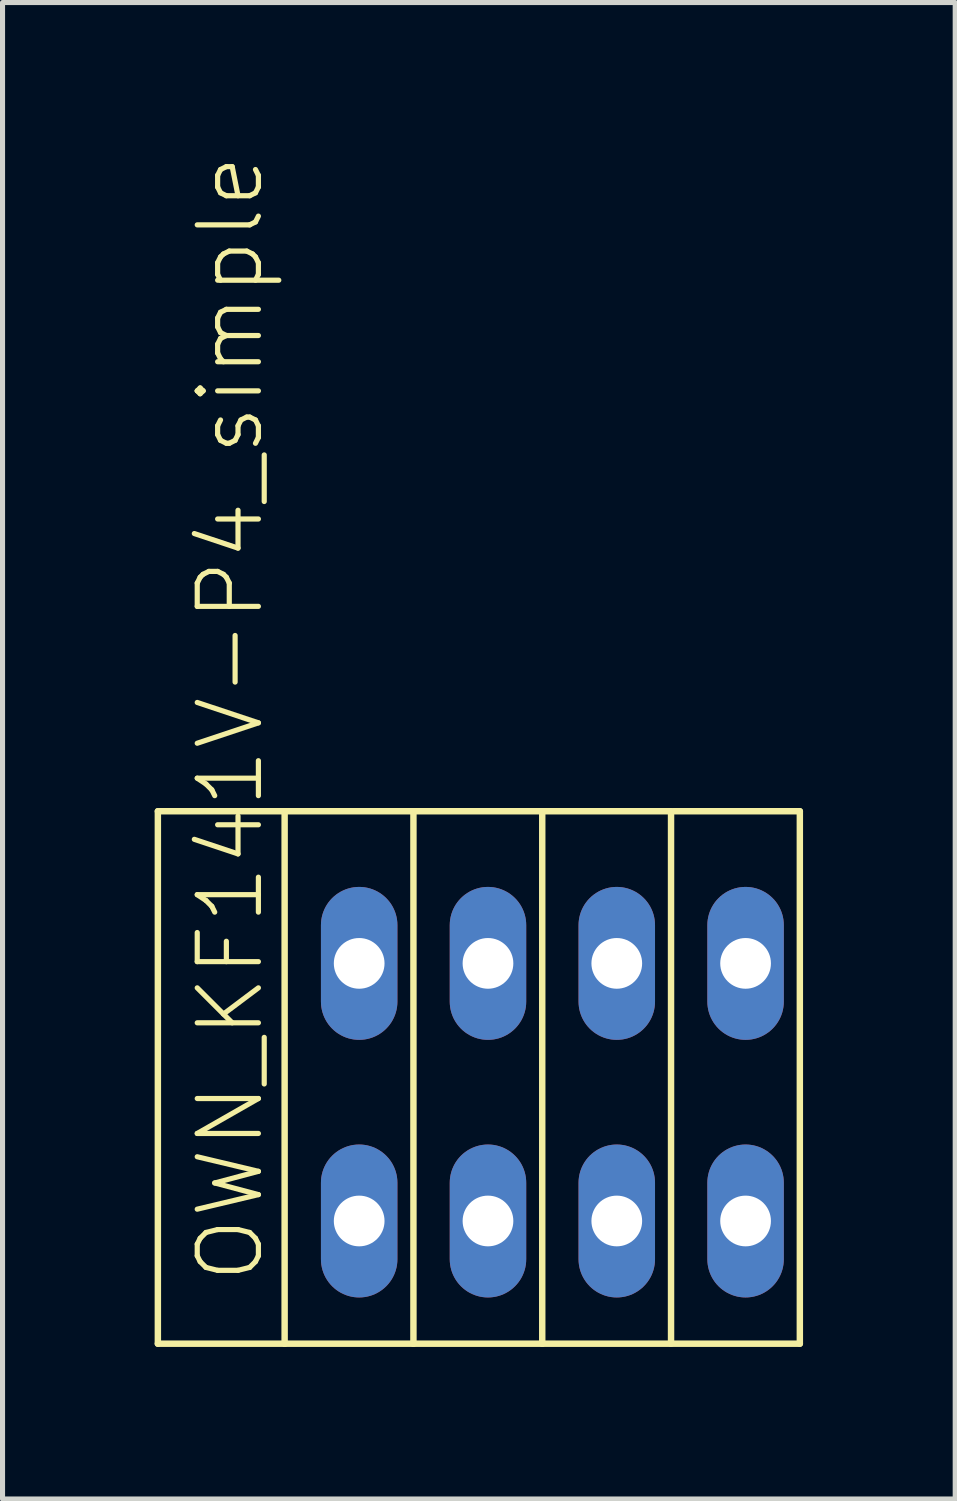
<source format=kicad_pcb>
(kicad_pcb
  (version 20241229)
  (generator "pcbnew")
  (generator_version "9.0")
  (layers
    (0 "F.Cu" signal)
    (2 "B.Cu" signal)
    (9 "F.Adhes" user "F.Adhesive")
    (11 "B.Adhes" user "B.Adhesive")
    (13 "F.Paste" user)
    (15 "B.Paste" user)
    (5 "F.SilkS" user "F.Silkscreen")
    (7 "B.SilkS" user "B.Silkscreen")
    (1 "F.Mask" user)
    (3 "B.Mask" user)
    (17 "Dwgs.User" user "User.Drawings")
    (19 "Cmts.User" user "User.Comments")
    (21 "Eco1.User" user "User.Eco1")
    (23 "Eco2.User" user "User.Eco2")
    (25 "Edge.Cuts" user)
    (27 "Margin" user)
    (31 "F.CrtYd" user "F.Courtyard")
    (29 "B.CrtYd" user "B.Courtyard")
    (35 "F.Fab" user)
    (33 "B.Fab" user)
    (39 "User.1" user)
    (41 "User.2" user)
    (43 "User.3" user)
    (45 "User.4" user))
  (footprint "OWN_KF141V-P4_simple"
    (layer "F.Cu")
    (at 11.653 21.028)
    (property "Reference" "OWN_KF141V-P4_simple" (at -10.16 1.27 90) (layer "F.SilkS") (effects (font (size 1.206 1.206) (thickness 0.102)) (justify left)))
    (attr through_hole)
    (fp_line (start -11.59 -8.08) (end -11.59 2.42) (stroke (width 0.127) (type solid)) (layer "F.SilkS"))
    (fp_line (start -11.59 -8.08) (end -9.09 -8.08) (stroke (width 0.127) (type solid)) (layer "F.SilkS"))
    (fp_line (start -9.09 -8.08) (end -9.09 2.42) (stroke (width 0.127) (type solid)) (layer "F.SilkS"))
    (fp_line (start -9.09 -8.08) (end -6.55 -8.08) (stroke (width 0.127) (type solid)) (layer "F.SilkS"))
    (fp_line (start -9.09 2.42) (end -11.59 2.42) (stroke (width 0.127) (type solid)) (layer "F.SilkS"))
    (fp_line (start -6.55 -8.08) (end -6.55 2.42) (stroke (width 0.127) (type solid)) (layer "F.SilkS"))
    (fp_line (start -6.55 -8.08) (end -4.01 -8.08) (stroke (width 0.127) (type solid)) (layer "F.SilkS"))
    (fp_line (start -6.55 2.42) (end -9.09 2.42) (stroke (width 0.127) (type solid)) (layer "F.SilkS"))
    (fp_line (start -4.01 -8.08) (end -4.01 2.42) (stroke (width 0.127) (type solid)) (layer "F.SilkS"))
    (fp_line (start -4.01 -8.08) (end -1.47 -8.08) (stroke (width 0.127) (type solid)) (layer "F.SilkS"))
    (fp_line (start -4.01 2.42) (end -6.55 2.42) (stroke (width 0.127) (type solid)) (layer "F.SilkS"))
    (fp_line (start -1.47 -8.08) (end -1.47 2.42) (stroke (width 0.127) (type solid)) (layer "F.SilkS"))
    (fp_line (start -1.47 2.42) (end -4.01 2.42) (stroke (width 0.127) (type solid)) (layer "F.SilkS"))
    (fp_line (start -1.43 -8.08) (end 1.07 -8.08) (stroke (width 0.127) (type solid)) (layer "F.SilkS"))
    (fp_line (start -1.43 2.42) (end 1.07 2.42) (stroke (width 0.127) (type solid)) (layer "F.SilkS"))
    (fp_line (start 1.07 -8.08) (end 1.07 2.42) (stroke (width 0.127) (type solid)) (layer "F.SilkS"))
    (pad "1" thru_hole oval (at -7.62 -5.08 90) (size 3.016 1.508) (drill 1) (layers "*.Cu" "*.Mask"))
    (pad "1" thru_hole oval (at -7.62 0 90) (size 3.016 1.508) (drill 1) (layers "*.Cu" "*.Mask"))
    (pad "2" thru_hole oval (at -5.08 -5.08 90) (size 3.016 1.508) (drill 1) (layers "*.Cu" "*.Mask"))
    (pad "2" thru_hole oval (at -5.08 0 90) (size 3.016 1.508) (drill 1) (layers "*.Cu" "*.Mask"))
    (pad "3" thru_hole oval (at -2.54 -5.08 90) (size 3.016 1.508) (drill 1) (layers "*.Cu" "*.Mask"))
    (pad "3" thru_hole oval (at -2.54 0 90) (size 3.016 1.508) (drill 1) (layers "*.Cu" "*.Mask"))
    (pad "4" thru_hole oval (at 0 -5.08 90) (size 3.016 1.508) (drill 1) (layers "*.Cu" "*.Mask"))
    (pad "4" thru_hole oval (at 0 0 90) (size 3.016 1.508) (drill 1) (layers "*.Cu" "*.Mask")))
  (gr_rect
    (start -3 -3)
    (end 15.787 26.511)
    (stroke (width 0.1) (type default))
    (fill no)
    (layer "Edge.Cuts")))
</source>
